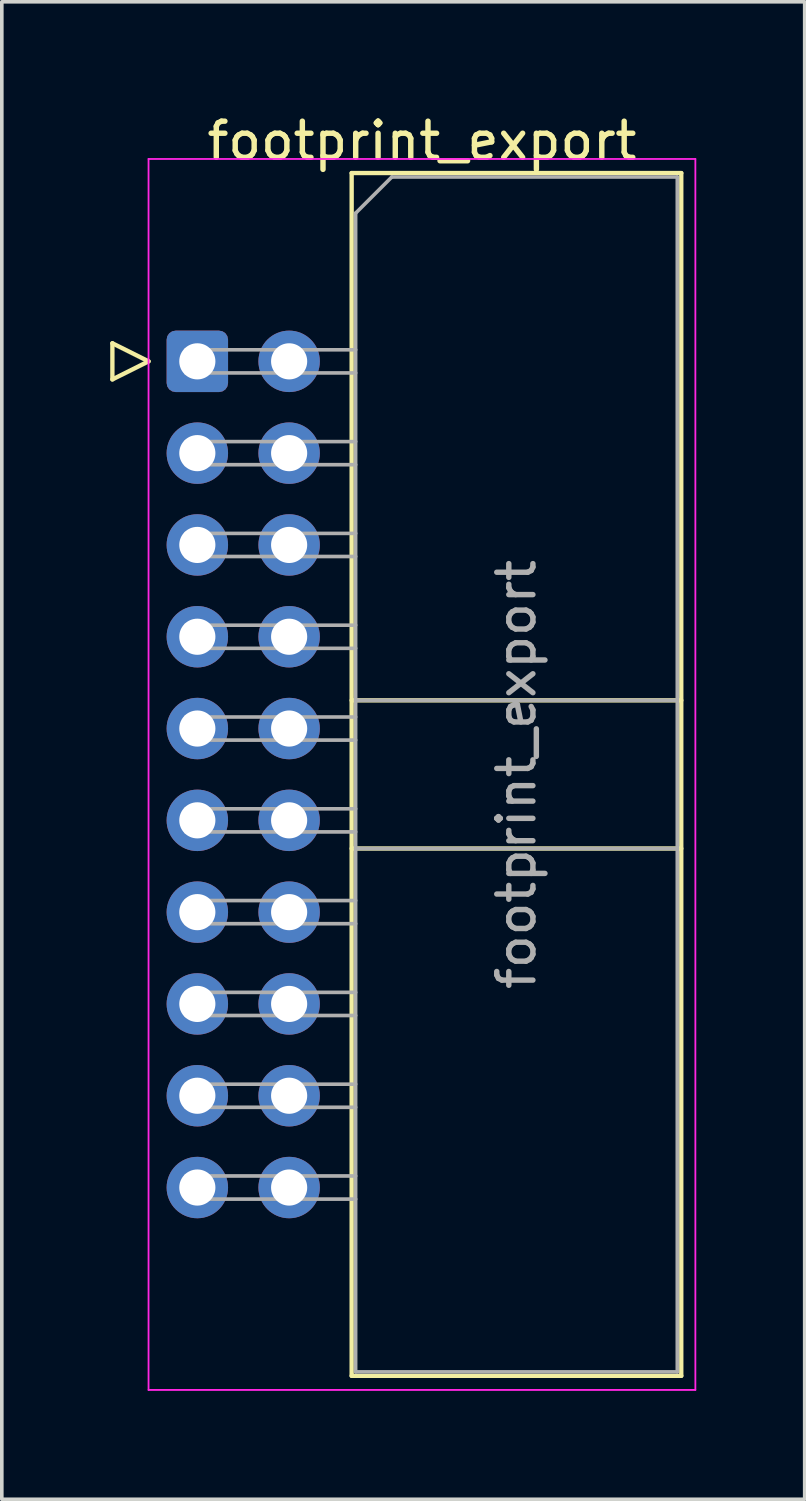
<source format=kicad_pcb>
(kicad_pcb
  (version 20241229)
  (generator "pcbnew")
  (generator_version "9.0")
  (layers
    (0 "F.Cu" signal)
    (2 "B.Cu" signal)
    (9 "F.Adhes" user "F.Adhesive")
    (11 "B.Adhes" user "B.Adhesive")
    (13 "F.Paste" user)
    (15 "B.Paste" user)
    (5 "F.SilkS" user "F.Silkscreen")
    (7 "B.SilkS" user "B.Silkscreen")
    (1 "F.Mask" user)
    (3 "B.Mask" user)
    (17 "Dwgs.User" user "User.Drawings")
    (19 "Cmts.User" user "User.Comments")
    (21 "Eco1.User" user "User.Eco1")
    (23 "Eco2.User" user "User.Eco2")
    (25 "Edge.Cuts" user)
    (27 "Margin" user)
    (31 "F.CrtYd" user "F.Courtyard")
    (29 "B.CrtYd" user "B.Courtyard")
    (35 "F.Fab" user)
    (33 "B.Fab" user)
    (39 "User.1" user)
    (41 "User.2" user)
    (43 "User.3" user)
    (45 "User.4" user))
  (footprint "footprint_export"
    (layer "F.Cu")
    (at 2.41 6.948)
    (property "Reference" "footprint_export" (at 6.215 -6.1 0) (layer "F.SilkS") (effects (font (size 1 1) (thickness 0.15))))
    (attr through_hole)
    (fp_line (start -2.35 -0.5) (end -2.35 0.5) (stroke (width 0.12) (type solid)) (layer "F.SilkS"))
    (fp_line (start -2.35 0.5) (end -1.35 0) (stroke (width 0.12) (type solid)) (layer "F.SilkS"))
    (fp_line (start -1.35 0) (end -2.35 -0.5) (stroke (width 0.12) (type solid)) (layer "F.SilkS"))
    (fp_line (start 4.27 -5.21) (end 13.39 -5.21) (stroke (width 0.12) (type solid)) (layer "F.SilkS"))
    (fp_line (start 4.27 9.38) (end 13.39 9.38) (stroke (width 0.12) (type solid)) (layer "F.SilkS"))
    (fp_line (start 4.27 13.48) (end 13.39 13.48) (stroke (width 0.12) (type solid)) (layer "F.SilkS"))
    (fp_line (start 4.27 28.07) (end 4.27 -5.21) (stroke (width 0.12) (type solid)) (layer "F.SilkS"))
    (fp_line (start 13.39 -5.21) (end 13.39 28.07) (stroke (width 0.12) (type solid)) (layer "F.SilkS"))
    (fp_line (start 13.39 28.07) (end 4.27 28.07) (stroke (width 0.12) (type solid)) (layer "F.SilkS"))
    (fp_line (start -1.35 -5.6) (end -1.35 28.46) (stroke (width 0.05) (type solid)) (layer "F.CrtYd"))
    (fp_line (start -1.35 28.46) (end 13.78 28.46) (stroke (width 0.05) (type solid)) (layer "F.CrtYd"))
    (fp_line (start 13.78 -5.6) (end -1.35 -5.6) (stroke (width 0.05) (type solid)) (layer "F.CrtYd"))
    (fp_line (start 13.78 28.46) (end 13.78 -5.6) (stroke (width 0.05) (type solid)) (layer "F.CrtYd"))
    (fp_line (start -0.32 -0.32) (end -0.32 0.32) (stroke (width 0.1) (type solid)) (layer "F.Fab"))
    (fp_line (start -0.32 0.32) (end 4.38 0.32) (stroke (width 0.1) (type solid)) (layer "F.Fab"))
    (fp_line (start -0.32 2.22) (end -0.32 2.86) (stroke (width 0.1) (type solid)) (layer "F.Fab"))
    (fp_line (start -0.32 2.86) (end 4.38 2.86) (stroke (width 0.1) (type solid)) (layer "F.Fab"))
    (fp_line (start -0.32 4.76) (end -0.32 5.4) (stroke (width 0.1) (type solid)) (layer "F.Fab"))
    (fp_line (start -0.32 5.4) (end 4.38 5.4) (stroke (width 0.1) (type solid)) (layer "F.Fab"))
    (fp_line (start -0.32 7.3) (end -0.32 7.94) (stroke (width 0.1) (type solid)) (layer "F.Fab"))
    (fp_line (start -0.32 7.94) (end 4.38 7.94) (stroke (width 0.1) (type solid)) (layer "F.Fab"))
    (fp_line (start -0.32 9.84) (end -0.32 10.48) (stroke (width 0.1) (type solid)) (layer "F.Fab"))
    (fp_line (start -0.32 10.48) (end 4.38 10.48) (stroke (width 0.1) (type solid)) (layer "F.Fab"))
    (fp_line (start -0.32 12.38) (end -0.32 13.02) (stroke (width 0.1) (type solid)) (layer "F.Fab"))
    (fp_line (start -0.32 13.02) (end 4.38 13.02) (stroke (width 0.1) (type solid)) (layer "F.Fab"))
    (fp_line (start -0.32 14.92) (end -0.32 15.56) (stroke (width 0.1) (type solid)) (layer "F.Fab"))
    (fp_line (start -0.32 15.56) (end 4.38 15.56) (stroke (width 0.1) (type solid)) (layer "F.Fab"))
    (fp_line (start -0.32 17.46) (end -0.32 18.1) (stroke (width 0.1) (type solid)) (layer "F.Fab"))
    (fp_line (start -0.32 18.1) (end 4.38 18.1) (stroke (width 0.1) (type solid)) (layer "F.Fab"))
    (fp_line (start -0.32 20) (end -0.32 20.64) (stroke (width 0.1) (type solid)) (layer "F.Fab"))
    (fp_line (start -0.32 20.64) (end 4.38 20.64) (stroke (width 0.1) (type solid)) (layer "F.Fab"))
    (fp_line (start -0.32 22.54) (end -0.32 23.18) (stroke (width 0.1) (type solid)) (layer "F.Fab"))
    (fp_line (start -0.32 23.18) (end 4.38 23.18) (stroke (width 0.1) (type solid)) (layer "F.Fab"))
    (fp_line (start 4.38 -4.1) (end 5.38 -5.1) (stroke (width 0.1) (type solid)) (layer "F.Fab"))
    (fp_line (start 4.38 -0.32) (end -0.32 -0.32) (stroke (width 0.1) (type solid)) (layer "F.Fab"))
    (fp_line (start 4.38 2.22) (end -0.32 2.22) (stroke (width 0.1) (type solid)) (layer "F.Fab"))
    (fp_line (start 4.38 4.76) (end -0.32 4.76) (stroke (width 0.1) (type solid)) (layer "F.Fab"))
    (fp_line (start 4.38 7.3) (end -0.32 7.3) (stroke (width 0.1) (type solid)) (layer "F.Fab"))
    (fp_line (start 4.38 9.38) (end 13.28 9.38) (stroke (width 0.1) (type solid)) (layer "F.Fab"))
    (fp_line (start 4.38 9.84) (end -0.32 9.84) (stroke (width 0.1) (type solid)) (layer "F.Fab"))
    (fp_line (start 4.38 12.38) (end -0.32 12.38) (stroke (width 0.1) (type solid)) (layer "F.Fab"))
    (fp_line (start 4.38 13.48) (end 13.28 13.48) (stroke (width 0.1) (type solid)) (layer "F.Fab"))
    (fp_line (start 4.38 14.92) (end -0.32 14.92) (stroke (width 0.1) (type solid)) (layer "F.Fab"))
    (fp_line (start 4.38 17.46) (end -0.32 17.46) (stroke (width 0.1) (type solid)) (layer "F.Fab"))
    (fp_line (start 4.38 20) (end -0.32 20) (stroke (width 0.1) (type solid)) (layer "F.Fab"))
    (fp_line (start 4.38 22.54) (end -0.32 22.54) (stroke (width 0.1) (type solid)) (layer "F.Fab"))
    (fp_line (start 4.38 27.96) (end 4.38 -4.1) (stroke (width 0.1) (type solid)) (layer "F.Fab"))
    (fp_line (start 5.38 -5.1) (end 13.28 -5.1) (stroke (width 0.1) (type solid)) (layer "F.Fab"))
    (fp_line (start 13.28 -5.1) (end 13.28 27.96) (stroke (width 0.1) (type solid)) (layer "F.Fab"))
    (fp_line (start 13.28 27.96) (end 4.38 27.96) (stroke (width 0.1) (type solid)) (layer "F.Fab"))
    (fp_text user "${REFERENCE}" (at 8.83 11.43 90) (layer "F.Fab") (effects (font (size 1 1) (thickness 0.15))))
    (pad "1" thru_hole roundrect (at 0 0) (size 1.7 1.7) (drill 1) (layers "*.Cu" "*.Mask") (roundrect_rratio 0.147))
    (pad "2" thru_hole circle (at 2.54 0) (size 1.7 1.7) (drill 1) (layers "*.Cu" "*.Mask"))
    (pad "3" thru_hole circle (at 0 2.54) (size 1.7 1.7) (drill 1) (layers "*.Cu" "*.Mask"))
    (pad "4" thru_hole circle (at 2.54 2.54) (size 1.7 1.7) (drill 1) (layers "*.Cu" "*.Mask"))
    (pad "5" thru_hole circle (at 0 5.08) (size 1.7 1.7) (drill 1) (layers "*.Cu" "*.Mask"))
    (pad "6" thru_hole circle (at 2.54 5.08) (size 1.7 1.7) (drill 1) (layers "*.Cu" "*.Mask"))
    (pad "7" thru_hole circle (at 0 7.62) (size 1.7 1.7) (drill 1) (layers "*.Cu" "*.Mask"))
    (pad "8" thru_hole circle (at 2.54 7.62) (size 1.7 1.7) (drill 1) (layers "*.Cu" "*.Mask"))
    (pad "9" thru_hole circle (at 0 10.16) (size 1.7 1.7) (drill 1) (layers "*.Cu" "*.Mask"))
    (pad "10" thru_hole circle (at 2.54 10.16) (size 1.7 1.7) (drill 1) (layers "*.Cu" "*.Mask"))
    (pad "11" thru_hole circle (at 0 12.7) (size 1.7 1.7) (drill 1) (layers "*.Cu" "*.Mask"))
    (pad "12" thru_hole circle (at 2.54 12.7) (size 1.7 1.7) (drill 1) (layers "*.Cu" "*.Mask"))
    (pad "13" thru_hole circle (at 0 15.24) (size 1.7 1.7) (drill 1) (layers "*.Cu" "*.Mask"))
    (pad "14" thru_hole circle (at 2.54 15.24) (size 1.7 1.7) (drill 1) (layers "*.Cu" "*.Mask"))
    (pad "15" thru_hole circle (at 0 17.78) (size 1.7 1.7) (drill 1) (layers "*.Cu" "*.Mask"))
    (pad "16" thru_hole circle (at 2.54 17.78) (size 1.7 1.7) (drill 1) (layers "*.Cu" "*.Mask"))
    (pad "17" thru_hole circle (at 0 20.32) (size 1.7 1.7) (drill 1) (layers "*.Cu" "*.Mask"))
    (pad "18" thru_hole circle (at 2.54 20.32) (size 1.7 1.7) (drill 1) (layers "*.Cu" "*.Mask"))
    (pad "19" thru_hole circle (at 0 22.86) (size 1.7 1.7) (drill 1) (layers "*.Cu" "*.Mask"))
    (pad "20" thru_hole circle (at 2.54 22.86) (size 1.7 1.7) (drill 1) (layers "*.Cu" "*.Mask")))
  (gr_rect
    (start -3 -3)
    (end 19.215 38.433)
    (stroke (width 0.1) (type default))
    (fill no)
    (layer "Edge.Cuts")))
</source>
